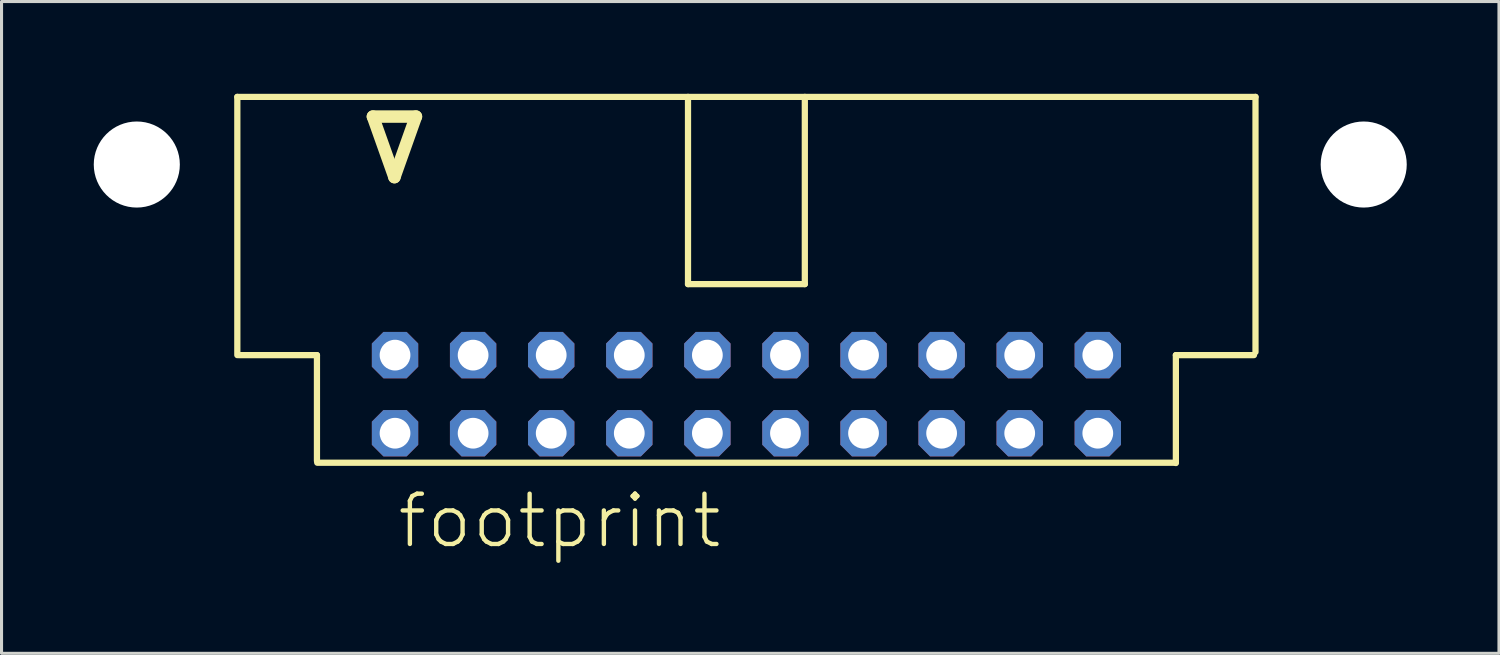
<source format=kicad_pcb>
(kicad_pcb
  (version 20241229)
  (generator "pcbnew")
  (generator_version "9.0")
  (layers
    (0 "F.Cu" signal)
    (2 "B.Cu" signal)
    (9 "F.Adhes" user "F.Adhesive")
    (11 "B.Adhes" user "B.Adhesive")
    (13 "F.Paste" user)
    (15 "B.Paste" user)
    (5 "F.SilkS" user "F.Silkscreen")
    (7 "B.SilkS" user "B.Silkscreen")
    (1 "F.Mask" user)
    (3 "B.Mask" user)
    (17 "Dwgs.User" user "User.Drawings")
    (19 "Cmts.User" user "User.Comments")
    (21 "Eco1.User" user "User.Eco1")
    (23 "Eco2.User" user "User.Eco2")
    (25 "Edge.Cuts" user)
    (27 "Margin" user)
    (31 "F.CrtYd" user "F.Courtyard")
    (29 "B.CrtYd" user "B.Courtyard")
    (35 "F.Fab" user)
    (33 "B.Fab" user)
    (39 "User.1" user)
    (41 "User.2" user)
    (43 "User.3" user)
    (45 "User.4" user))
  (footprint "footprint"
    (layer "F.Cu")
    (at 21.23 5.962)
    (property "Reference" "footprint" (at -11.43 8.89 0) (layer "F.SilkS") (effects (font (size 1.636 1.636) (thickness 0.142)) (justify left bottom)))
    (fp_line (start -16.56 -5.86) (end 16.56 -5.86) (stroke (width 0.203) (type solid)) (layer "F.SilkS"))
    (fp_line (start -16.56 2.54) (end -16.56 -5.86) (stroke (width 0.203) (type solid)) (layer "F.SilkS"))
    (fp_line (start -16.51 2.54) (end -13.97 2.54) (stroke (width 0.203) (type solid)) (layer "F.SilkS"))
    (fp_line (start -13.97 2.54) (end -13.97 5.98) (stroke (width 0.203) (type solid)) (layer "F.SilkS"))
    (fp_line (start -12.15 -5.22) (end -11.45 -3.25) (stroke (width 0.406) (type solid)) (layer "F.SilkS"))
    (fp_line (start -11.45 -3.25) (end -10.75 -5.22) (stroke (width 0.406) (type solid)) (layer "F.SilkS"))
    (fp_line (start -10.75 -5.22) (end -12.15 -5.22) (stroke (width 0.406) (type solid)) (layer "F.SilkS"))
    (fp_line (start -1.9 0.23) (end -1.9 -5.86) (stroke (width 0.203) (type solid)) (layer "F.SilkS"))
    (fp_line (start -1.9 0.23) (end 1.9 0.23) (stroke (width 0.203) (type solid)) (layer "F.SilkS"))
    (fp_line (start 1.9 0.23) (end 1.9 -5.86) (stroke (width 0.203) (type solid)) (layer "F.SilkS"))
    (fp_line (start 13.96 6.04) (end -13.96 6.04) (stroke (width 0.203) (type solid)) (layer "F.SilkS"))
    (fp_line (start 13.97 2.54) (end 13.97 6.05) (stroke (width 0.203) (type solid)) (layer "F.SilkS"))
    (fp_line (start 16.51 2.54) (end 13.97 2.54) (stroke (width 0.203) (type solid)) (layer "F.SilkS"))
    (fp_line (start 16.56 -5.86) (end 16.56 2.44) (stroke (width 0.203) (type solid)) (layer "F.SilkS"))
    (pad "" np_thru_hole circle (at -19.83 -3.66) (size 2.8 2.8) (drill 2.8) (layers "*.Cu" "*.Mask"))
    (pad "" np_thru_hole circle (at 20.08 -3.66) (size 2.8 2.8) (drill 2.8) (layers "*.Cu" "*.Mask"))
    (pad "1" thru_hole roundrect (at -11.43 5.08) (size 1.508 1.508) (drill 1) (layers "*.Cu" "*.Mask") (roundrect_rratio 0.25) (chamfer_ratio 0.25) (chamfer top_left top_right bottom_left bottom_right))
    (pad "2" thru_hole roundrect (at -11.43 2.54) (size 1.508 1.508) (drill 1) (layers "*.Cu" "*.Mask") (roundrect_rratio 0.25) (chamfer_ratio 0.25) (chamfer top_left top_right bottom_left bottom_right))
    (pad "3" thru_hole roundrect (at -8.89 5.08) (size 1.508 1.508) (drill 1) (layers "*.Cu" "*.Mask") (roundrect_rratio 0.25) (chamfer_ratio 0.25) (chamfer top_left top_right bottom_left bottom_right))
    (pad "4" thru_hole roundrect (at -8.89 2.54) (size 1.508 1.508) (drill 1) (layers "*.Cu" "*.Mask") (roundrect_rratio 0.25) (chamfer_ratio 0.25) (chamfer top_left top_right bottom_left bottom_right))
    (pad "5" thru_hole roundrect (at -6.35 5.08) (size 1.508 1.508) (drill 1) (layers "*.Cu" "*.Mask") (roundrect_rratio 0.25) (chamfer_ratio 0.25) (chamfer top_left top_right bottom_left bottom_right))
    (pad "6" thru_hole roundrect (at -6.35 2.54) (size 1.508 1.508) (drill 1) (layers "*.Cu" "*.Mask") (roundrect_rratio 0.25) (chamfer_ratio 0.25) (chamfer top_left top_right bottom_left bottom_right))
    (pad "7" thru_hole roundrect (at -3.81 5.08) (size 1.508 1.508) (drill 1) (layers "*.Cu" "*.Mask") (roundrect_rratio 0.25) (chamfer_ratio 0.25) (chamfer top_left top_right bottom_left bottom_right))
    (pad "8" thru_hole roundrect (at -3.81 2.54) (size 1.508 1.508) (drill 1) (layers "*.Cu" "*.Mask") (roundrect_rratio 0.25) (chamfer_ratio 0.25) (chamfer top_left top_right bottom_left bottom_right))
    (pad "9" thru_hole roundrect (at -1.27 5.08) (size 1.508 1.508) (drill 1) (layers "*.Cu" "*.Mask") (roundrect_rratio 0.25) (chamfer_ratio 0.25) (chamfer top_left top_right bottom_left bottom_right))
    (pad "10" thru_hole roundrect (at -1.27 2.54) (size 1.508 1.508) (drill 1) (layers "*.Cu" "*.Mask") (roundrect_rratio 0.25) (chamfer_ratio 0.25) (chamfer top_left top_right bottom_left bottom_right))
    (pad "11" thru_hole roundrect (at 1.27 5.08) (size 1.508 1.508) (drill 1) (layers "*.Cu" "*.Mask") (roundrect_rratio 0.25) (chamfer_ratio 0.25) (chamfer top_left top_right bottom_left bottom_right))
    (pad "12" thru_hole roundrect (at 1.27 2.54) (size 1.508 1.508) (drill 1) (layers "*.Cu" "*.Mask") (roundrect_rratio 0.25) (chamfer_ratio 0.25) (chamfer top_left top_right bottom_left bottom_right))
    (pad "13" thru_hole roundrect (at 3.81 5.08) (size 1.508 1.508) (drill 1) (layers "*.Cu" "*.Mask") (roundrect_rratio 0.25) (chamfer_ratio 0.25) (chamfer top_left top_right bottom_left bottom_right))
    (pad "14" thru_hole roundrect (at 3.81 2.54) (size 1.508 1.508) (drill 1) (layers "*.Cu" "*.Mask") (roundrect_rratio 0.25) (chamfer_ratio 0.25) (chamfer top_left top_right bottom_left bottom_right))
    (pad "15" thru_hole roundrect (at 6.35 5.08) (size 1.508 1.508) (drill 1) (layers "*.Cu" "*.Mask") (roundrect_rratio 0.25) (chamfer_ratio 0.25) (chamfer top_left top_right bottom_left bottom_right))
    (pad "16" thru_hole roundrect (at 6.35 2.54) (size 1.508 1.508) (drill 1) (layers "*.Cu" "*.Mask") (roundrect_rratio 0.25) (chamfer_ratio 0.25) (chamfer top_left top_right bottom_left bottom_right))
    (pad "17" thru_hole roundrect (at 8.89 5.08) (size 1.508 1.508) (drill 1) (layers "*.Cu" "*.Mask") (roundrect_rratio 0.25) (chamfer_ratio 0.25) (chamfer top_left top_right bottom_left bottom_right))
    (pad "18" thru_hole roundrect (at 8.89 2.54) (size 1.508 1.508) (drill 1) (layers "*.Cu" "*.Mask") (roundrect_rratio 0.25) (chamfer_ratio 0.25) (chamfer top_left top_right bottom_left bottom_right))
    (pad "19" thru_hole roundrect (at 11.43 5.08) (size 1.508 1.508) (drill 1) (layers "*.Cu" "*.Mask") (roundrect_rratio 0.25) (chamfer_ratio 0.25) (chamfer top_left top_right bottom_left bottom_right))
    (pad "20" thru_hole roundrect (at 11.43 2.54) (size 1.508 1.508) (drill 1) (layers "*.Cu" "*.Mask") (roundrect_rratio 0.25) (chamfer_ratio 0.25) (chamfer top_left top_right bottom_left bottom_right)))
  (gr_rect
    (start -3 -3)
    (end 45.71 18.202)
    (stroke (width 0.1) (type default))
    (fill no)
    (layer "Edge.Cuts")))
</source>
